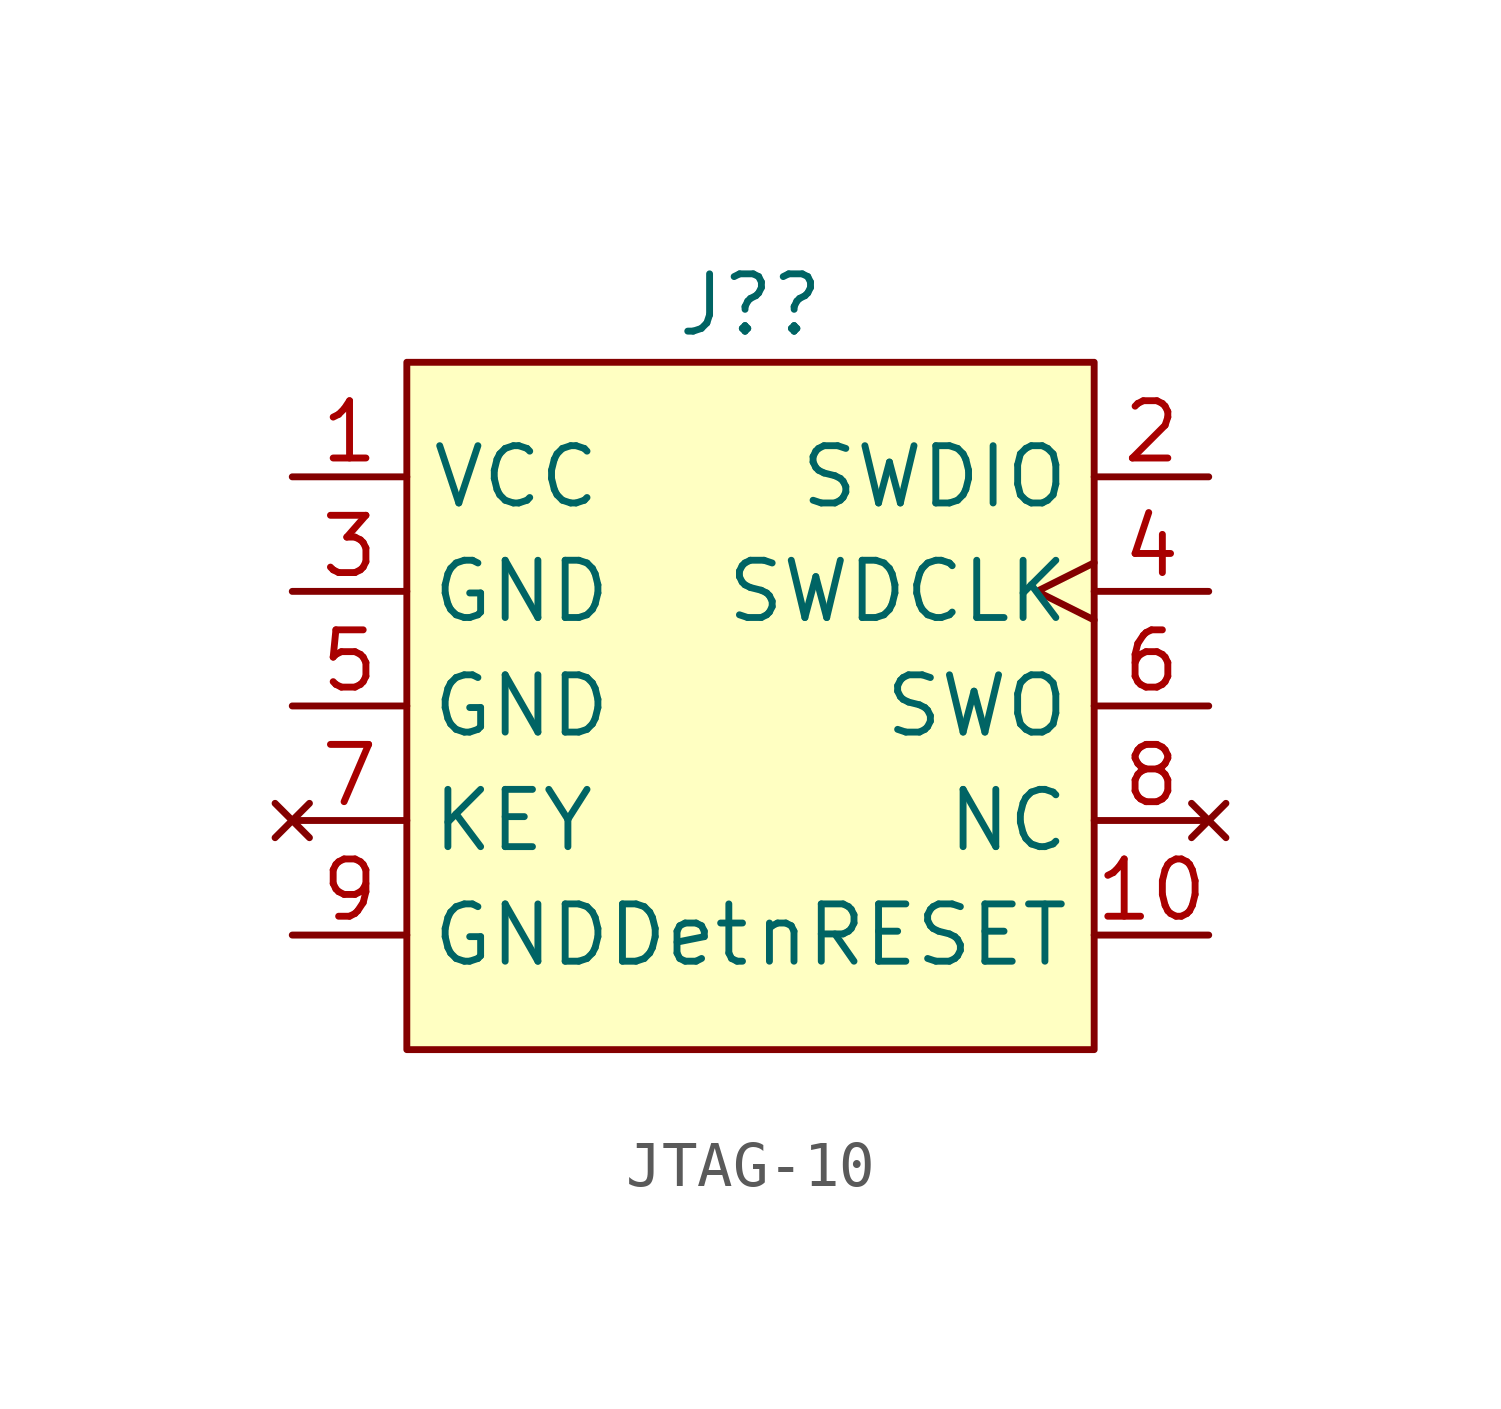
<source format=kicad_sym>
(kicad_symbol_lib
  (version 20231120)
  (generator "kicad_symbol_editor")
  (generator_version "8.0")
  (symbol "JTAG-10"
    (property "Reference" "J?"
      (at 0 8.89 0)
      (do_not_autoplace)
      (effects (font (size 1.27 1.27))))
    (property "Value" ""
      (at 0 0 0)
      (effects (font (size 1.27 1.27))))
    (symbol "JTAG-10_0_0"
      (pin power_in line (at -10.16 5.08 0) (length 2.54) (name "VCC" (effects (font (size 1.27 1.27)))) (number "1" (effects (font (size 1.27 1.27)))))
      (pin input line (at 10.16 -5.08 180) (length 2.54) (name "nRESET" (effects (font (size 1.27 1.27)))) (number "10" (effects (font (size 1.27 1.27)))))
      (pin passive line (at -10.16 2.54 0) (length 2.54) (name "GND" (effects (font (size 1.27 1.27)))) (number "3" (effects (font (size 1.27 1.27)))))
      (pin passive line (at -10.16 0 0) (length 2.54) (name "GND" (effects (font (size 1.27 1.27)))) (number "5" (effects (font (size 1.27 1.27)))))
      (pin no_connect line (at -10.16 -2.54 0) (length 2.54) (name "KEY" (effects (font (size 1.27 1.27)))) (number "7" (effects (font (size 1.27 1.27))))))
    (symbol "JTAG-10_1_0"
      (pin bidirectional line (at 10.16 5.08 180) (length 2.54) (name "SWDIO" (effects (font (size 1.27 1.27)))) (number "2" (effects (font (size 1.27 1.27)))) (alternate "TMS" output line))
      (pin input clock (at 10.16 2.54 180) (length 2.54) (name "SWDCLK" (effects (font (size 1.27 1.27)))) (number "4" (effects (font (size 1.27 1.27)))) (alternate "TCK" input clock))
      (pin output line (at 10.16 0 180) (length 2.54) (name "SWO" (effects (font (size 1.27 1.27)))) (number "6" (effects (font (size 1.27 1.27)))) (alternate "TDO" output line))
      (pin no_connect line (at 10.16 -2.54 180) (length 2.54) (name "NC" (effects (font (size 1.27 1.27)))) (number "8" (effects (font (size 1.27 1.27)))) (alternate "TDI" input line))
      (pin passive line (at -10.16 -5.08 0) (length 2.54) (name "GNDDet" (effects (font (size 1.27 1.27)))) (number "9" (effects (font (size 1.27 1.27))))))
    (symbol "JTAG-10_1_1"
      (rectangle (start -7.62 7.62) (end 7.62 -7.62) (stroke (width 0) (type default)) (fill (type background))))))
</source>
